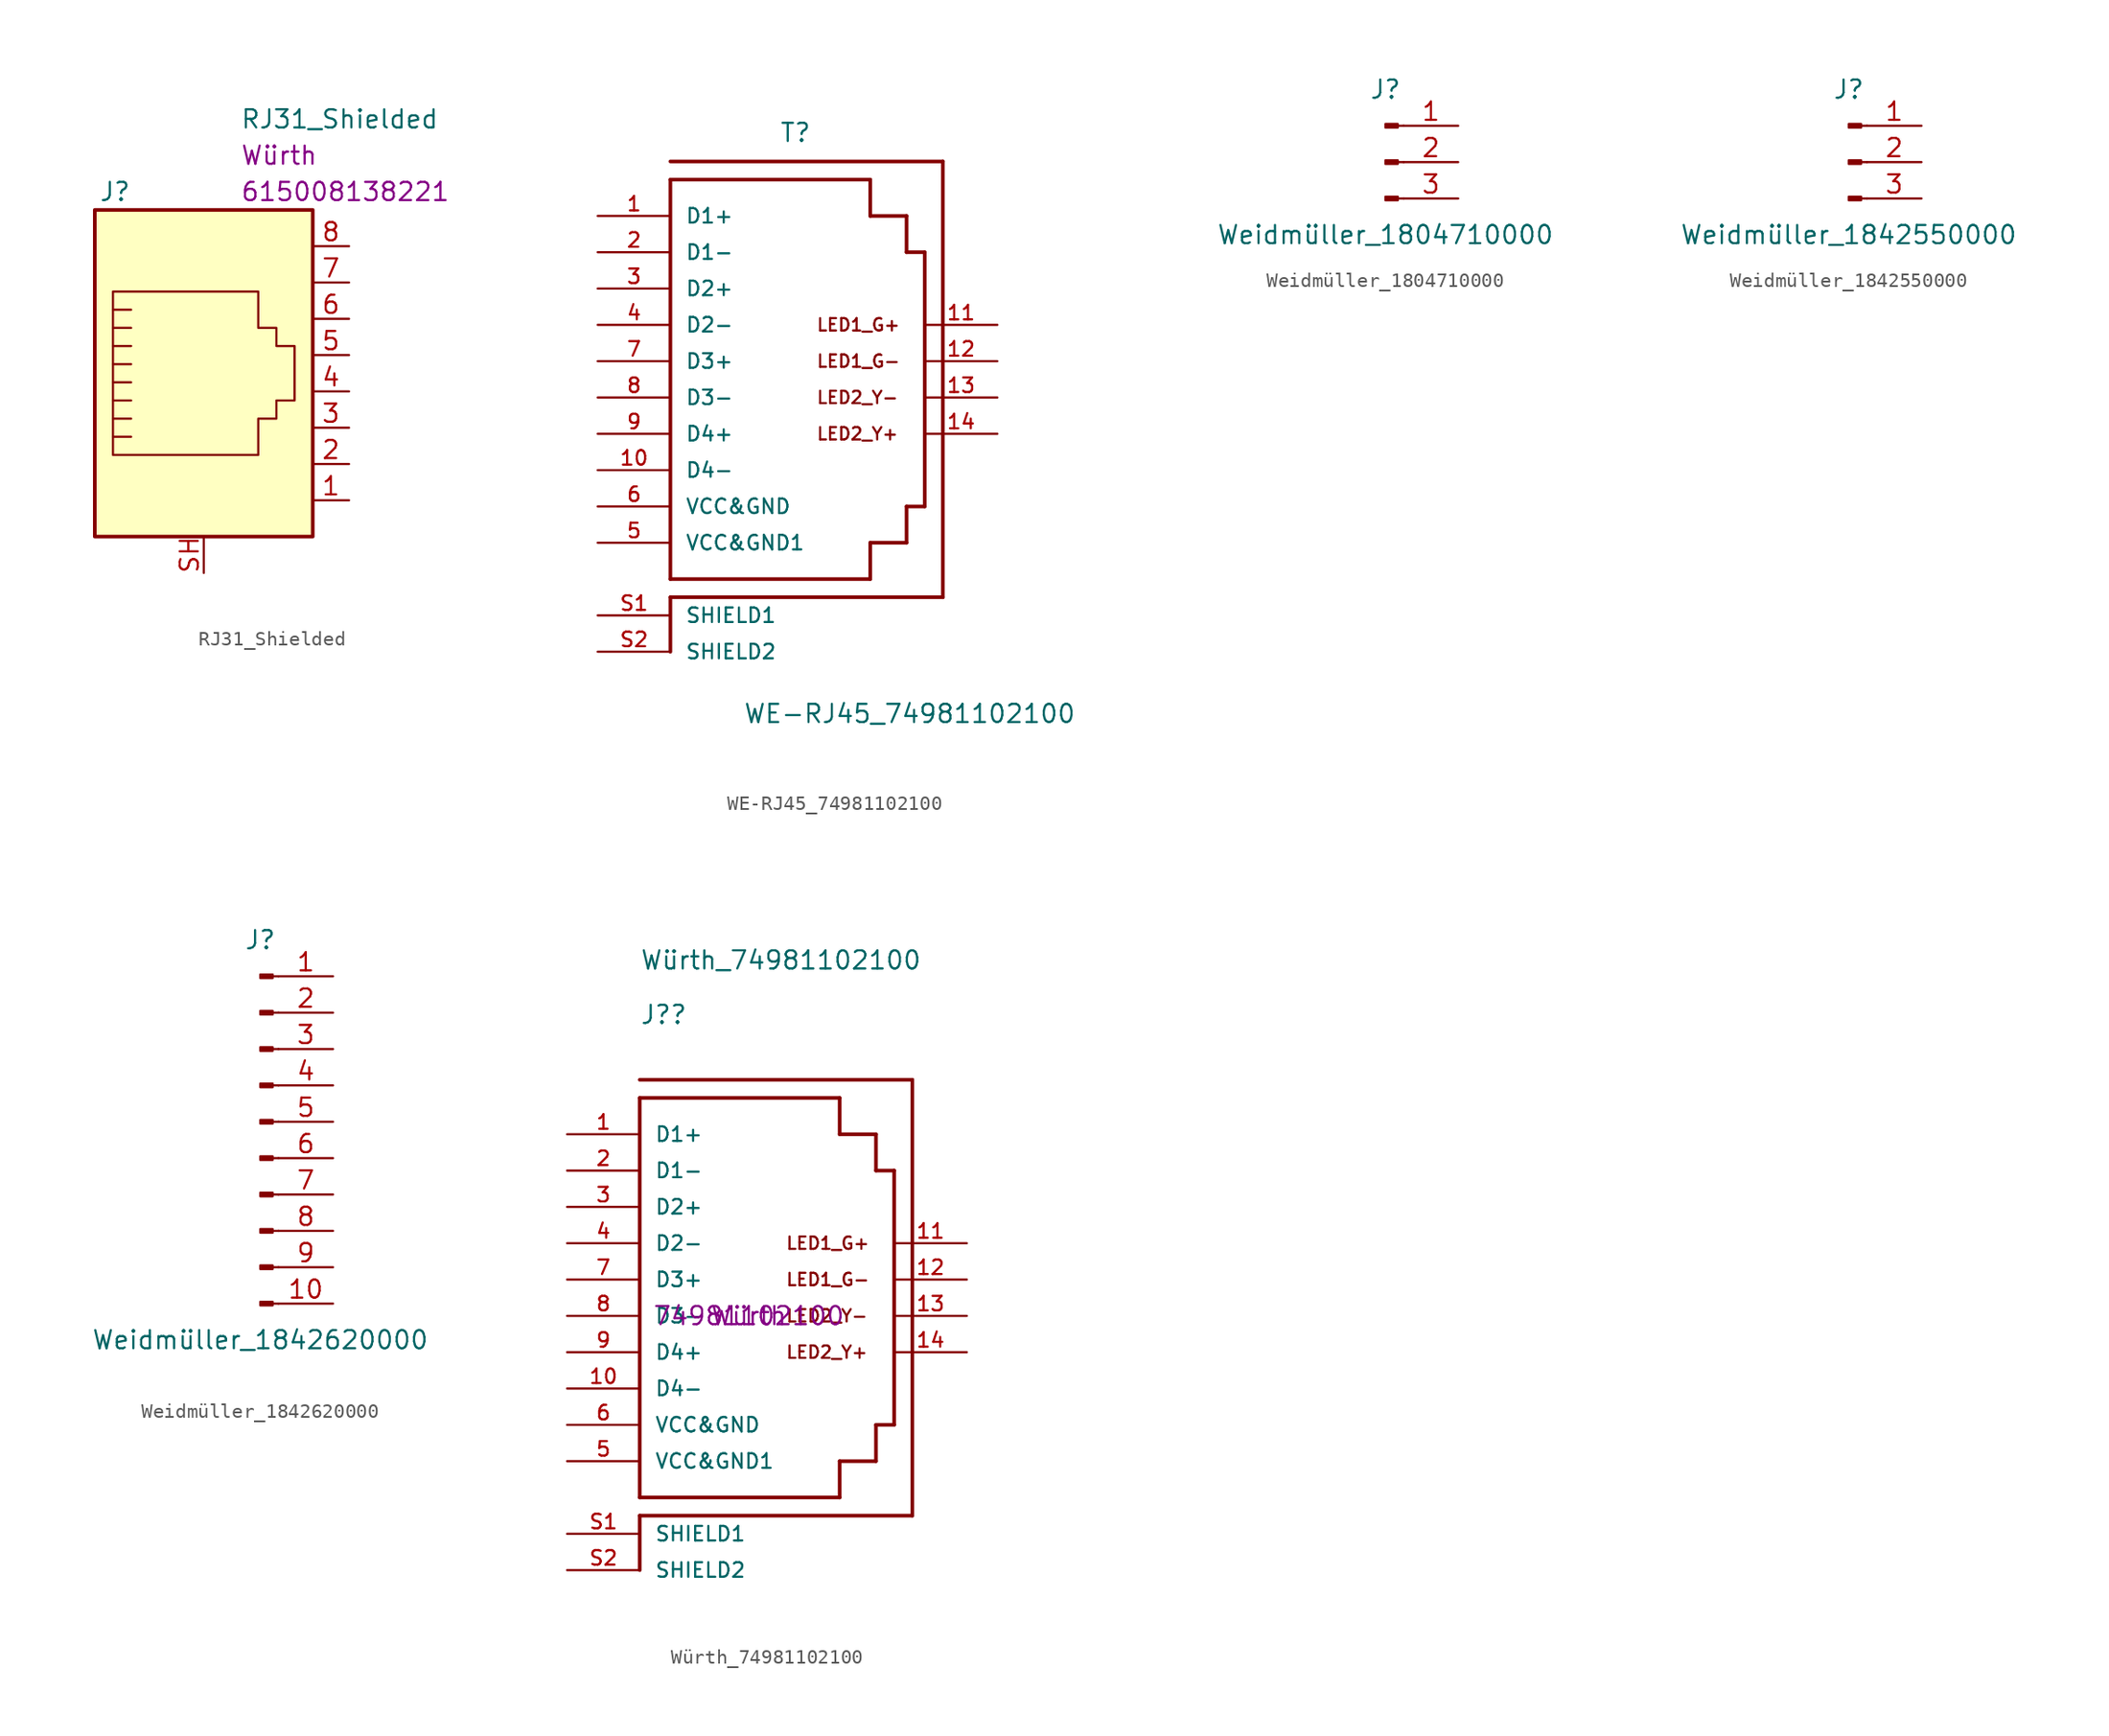
<source format=kicad_sym>
(kicad_symbol_lib
  (version 20210619)
  (generator kicad_symbol_editor)
  (symbol "RJ31_Shielded"
    (pin_names
      (offset 1.016))
    (property "Reference" "J"
      (at -5.08 13.97 0)
      (effects (font (size 1.27 1.27)) (justify right)))
    (property "Value" "RJ31_Shielded"
      (at 2.54 19.05 0)
      (effects (font (size 1.27 1.27)) (justify left)))
    (property "Manufacturer" "Würth"
      (at 2.54 16.51 0)
      (effects (font (size 1.27 1.27)) (justify left)))
    (property "Manufacturer Part Number" "615008138221"
      (at 2.54 13.97 0)
      (effects (font (size 1.27 1.27)) (justify left)))
    (symbol "RJ31_Shielded_0_1"
      (rectangle (start 7.62 12.7) (end -7.62 -10.16) (stroke (width 0.254)) (fill (type background)))
      (polyline (pts (xy -5.08 4.445) (xy -6.35 4.445)) (stroke (width 0)) (fill (type none)))
      (polyline (pts (xy -5.08 5.715) (xy -6.35 5.715)) (stroke (width 0)) (fill (type none)))
      (polyline (pts (xy -6.35 -3.175) (xy -5.08 -3.175) (xy -5.08 -3.175)) (stroke (width 0)) (fill (type none)))
      (polyline (pts (xy -6.35 -1.905) (xy -5.08 -1.905) (xy -5.08 -1.905)) (stroke (width 0)) (fill (type none)))
      (polyline (pts (xy -6.35 -0.635) (xy -5.08 -0.635) (xy -5.08 -0.635)) (stroke (width 0)) (fill (type none)))
      (polyline (pts (xy -6.35 0.635) (xy -5.08 0.635) (xy -5.08 0.635)) (stroke (width 0)) (fill (type none)))
      (polyline (pts (xy -6.35 1.905) (xy -5.08 1.905) (xy -5.08 1.905)) (stroke (width 0)) (fill (type none)))
      (polyline (pts (xy -5.08 3.175) (xy -6.35 3.175) (xy -6.35 3.175)) (stroke (width 0)) (fill (type none)))
      (polyline (pts (xy -6.35 -4.445) (xy -6.35 6.985) (xy 3.81 6.985) (xy 3.81 4.445) (xy 5.08 4.445) (xy 5.08 3.175) (xy 6.35 3.175) (xy 6.35 -0.635) (xy 5.08 -0.635) (xy 5.08 -1.905) (xy 3.81 -1.905) (xy 3.81 -4.445) (xy -6.35 -4.445) (xy -6.35 -4.445)) (stroke (width 0)) (fill (type none))))
    (symbol "RJ31_Shielded_1_1"
      (pin passive line (at 10.16 -7.62 180) (length 2.54) (name "~" (effects (font (size 1.27 1.27)))) (number "1" (effects (font (size 1.27 1.27)))))
      (pin passive line (at 10.16 -5.08 180) (length 2.54) (name "~" (effects (font (size 1.27 1.27)))) (number "2" (effects (font (size 1.27 1.27)))))
      (pin passive line (at 10.16 -2.54 180) (length 2.54) (name "~" (effects (font (size 1.27 1.27)))) (number "3" (effects (font (size 1.27 1.27)))))
      (pin passive line (at 10.16 0 180) (length 2.54) (name "~" (effects (font (size 1.27 1.27)))) (number "4" (effects (font (size 1.27 1.27)))))
      (pin passive line (at 10.16 2.54 180) (length 2.54) (name "~" (effects (font (size 1.27 1.27)))) (number "5" (effects (font (size 1.27 1.27)))))
      (pin passive line (at 10.16 5.08 180) (length 2.54) (name "~" (effects (font (size 1.27 1.27)))) (number "6" (effects (font (size 1.27 1.27)))))
      (pin passive line (at 10.16 7.62 180) (length 2.54) (name "~" (effects (font (size 1.27 1.27)))) (number "7" (effects (font (size 1.27 1.27)))))
      (pin passive line (at 10.16 10.16 180) (length 2.54) (name "~" (effects (font (size 1.27 1.27)))) (number "8" (effects (font (size 1.27 1.27)))))
      (pin passive line (at 0 -12.7 90) (length 2.54) (name "~" (effects (font (size 1.27 1.27)))) (number "SH" (effects (font (size 1.27 1.27)))))))
  (symbol "WE-RJ45_74981102100"
    (pin_names
      (offset 1.016))
    (property "Reference" "T"
      (at 0 17.78 0)
      (effects (font (size 1.27 1.27)) (justify left bottom)))
    (property "Value" "WE-RJ45_74981102100"
      (at -2.54 -22.86 0)
      (effects (font (size 1.27 1.27)) (justify left bottom)))
    (property "ki_locked" ""
      (at 0 0 0)
      (effects (font (size 1.27 1.27))))
    (symbol "WE-RJ45_74981102100_0_0"
      (text "LED1_G+" (at 2.54 5.08 0) (effects (font (size 0.864 0.864)) (justify left)))
      (text "LED1_G-" (at 2.54 2.54 0) (effects (font (size 0.864 0.864)) (justify left)))
      (text "LED2_Y+" (at 2.54 -2.54 0) (effects (font (size 0.864 0.864)) (justify left)))
      (text "LED2_Y-" (at 2.54 0 0) (effects (font (size 0.864 0.864)) (justify left)))
      (polyline (pts (xy -7.62 -13.97) (xy -7.62 -17.78)) (stroke (width 0.254)) (fill (type none)))
      (polyline (pts (xy -7.62 -12.7) (xy -7.62 15.24)) (stroke (width 0.254)) (fill (type none)))
      (polyline (pts (xy -7.62 15.24) (xy 6.35 15.24)) (stroke (width 0.254)) (fill (type none)))
      (polyline (pts (xy -7.62 16.51) (xy 11.43 16.51)) (stroke (width 0.254)) (fill (type none)))
      (polyline (pts (xy 6.35 -12.7) (xy -7.62 -12.7)) (stroke (width 0.254)) (fill (type none)))
      (polyline (pts (xy 6.35 -12.7) (xy 6.35 -10.16)) (stroke (width 0.254)) (fill (type none)))
      (polyline (pts (xy 6.35 -10.16) (xy 8.89 -10.16)) (stroke (width 0.254)) (fill (type none)))
      (polyline (pts (xy 6.35 12.7) (xy 8.89 12.7)) (stroke (width 0.254)) (fill (type none)))
      (polyline (pts (xy 6.35 15.24) (xy 6.35 12.7)) (stroke (width 0.254)) (fill (type none)))
      (polyline (pts (xy 8.89 -10.16) (xy 8.89 -7.62)) (stroke (width 0.254)) (fill (type none)))
      (polyline (pts (xy 8.89 -7.62) (xy 10.16 -7.62)) (stroke (width 0.254)) (fill (type none)))
      (polyline (pts (xy 8.89 10.16) (xy 10.16 10.16)) (stroke (width 0.254)) (fill (type none)))
      (polyline (pts (xy 8.89 12.7) (xy 8.89 10.16)) (stroke (width 0.254)) (fill (type none)))
      (polyline (pts (xy 10.16 10.16) (xy 10.16 -7.62)) (stroke (width 0.254)) (fill (type none)))
      (polyline (pts (xy 11.43 -13.97) (xy -7.62 -13.97)) (stroke (width 0.254)) (fill (type none)))
      (polyline (pts (xy 11.43 16.51) (xy 11.43 -13.97)) (stroke (width 0.254)) (fill (type none)))
      (pin passive line (at -12.7 12.7 0) (length 5.08) (name "D1+" (effects (font (size 1.016 1.016)))) (number "1" (effects (font (size 1.016 1.016)))))
      (pin passive line (at -12.7 -5.08 0) (length 5.08) (name "D4-" (effects (font (size 1.016 1.016)))) (number "10" (effects (font (size 1.016 1.016)))))
      (pin passive line (at 15.24 5.08 180) (length 5.08) (name "~" (effects (font (size 1.016 1.016)))) (number "11" (effects (font (size 1.016 1.016)))))
      (pin passive line (at 15.24 2.54 180) (length 5.08) (name "~" (effects (font (size 1.016 1.016)))) (number "12" (effects (font (size 1.016 1.016)))))
      (pin passive line (at 15.24 0 180) (length 5.08) (name "~" (effects (font (size 1.016 1.016)))) (number "13" (effects (font (size 1.016 1.016)))))
      (pin passive line (at 15.24 -2.54 180) (length 5.08) (name "~" (effects (font (size 1.016 1.016)))) (number "14" (effects (font (size 1.016 1.016)))))
      (pin passive line (at -12.7 10.16 0) (length 5.08) (name "D1-" (effects (font (size 1.016 1.016)))) (number "2" (effects (font (size 1.016 1.016)))))
      (pin passive line (at -12.7 7.62 0) (length 5.08) (name "D2+" (effects (font (size 1.016 1.016)))) (number "3" (effects (font (size 1.016 1.016)))))
      (pin passive line (at -12.7 5.08 0) (length 5.08) (name "D2-" (effects (font (size 1.016 1.016)))) (number "4" (effects (font (size 1.016 1.016)))))
      (pin passive line (at -12.7 -10.16 0) (length 5.08) (name "VCC&GND1" (effects (font (size 1.016 1.016)))) (number "5" (effects (font (size 1.016 1.016)))))
      (pin passive line (at -12.7 -7.62 0) (length 5.08) (name "VCC&GND" (effects (font (size 1.016 1.016)))) (number "6" (effects (font (size 1.016 1.016)))))
      (pin passive line (at -12.7 2.54 0) (length 5.08) (name "D3+" (effects (font (size 1.016 1.016)))) (number "7" (effects (font (size 1.016 1.016)))))
      (pin passive line (at -12.7 0 0) (length 5.08) (name "D3-" (effects (font (size 1.016 1.016)))) (number "8" (effects (font (size 1.016 1.016)))))
      (pin passive line (at -12.7 -2.54 0) (length 5.08) (name "D4+" (effects (font (size 1.016 1.016)))) (number "9" (effects (font (size 1.016 1.016)))))
      (pin passive line (at -12.7 -15.24 0) (length 5.08) (name "SHIELD1" (effects (font (size 1.016 1.016)))) (number "S1" (effects (font (size 1.016 1.016)))))
      (pin passive line (at -12.7 -17.78 0) (length 5.08) (name "SHIELD2" (effects (font (size 1.016 1.016)))) (number "S2" (effects (font (size 1.016 1.016)))))))
  (symbol "Weidmüller_1804710000"
    (pin_names
      (offset 1.016) hide)
    (property "Reference" "J"
      (at 0 5.08 0)
      (effects (font (size 1.27 1.27))))
    (property "Value" "Weidmüller_1804710000"
      (at 0 -5.08 0)
      (effects (font (size 1.27 1.27))))
    (symbol "Weidmüller_1804710000_1_1"
      (rectangle (start 0.864 -2.413) (end 0 -2.667) (stroke (width 0.152)) (fill (type outline)))
      (rectangle (start 0.864 0.127) (end 0 -0.127) (stroke (width 0.152)) (fill (type outline)))
      (rectangle (start 0.864 2.667) (end 0 2.413) (stroke (width 0.152)) (fill (type outline)))
      (polyline (pts (xy 1.27 -2.54) (xy 0.864 -2.54)) (stroke (width 0.152)) (fill (type none)))
      (polyline (pts (xy 1.27 0) (xy 0.864 0)) (stroke (width 0.152)) (fill (type none)))
      (polyline (pts (xy 1.27 2.54) (xy 0.864 2.54)) (stroke (width 0.152)) (fill (type none)))
      (pin passive line (at 5.08 2.54 180) (length 3.81) (name "Pin_1" (effects (font (size 1.27 1.27)))) (number "1" (effects (font (size 1.27 1.27)))))
      (pin passive line (at 5.08 0 180) (length 3.81) (name "Pin_2" (effects (font (size 1.27 1.27)))) (number "2" (effects (font (size 1.27 1.27)))))
      (pin passive line (at 5.08 -2.54 180) (length 3.81) (name "Pin_3" (effects (font (size 1.27 1.27)))) (number "3" (effects (font (size 1.27 1.27)))))))
  (symbol "Weidmüller_1842550000"
    (pin_names
      (offset 1.016) hide)
    (property "Reference" "J"
      (at 0 5.08 0)
      (effects (font (size 1.27 1.27))))
    (property "Value" "Weidmüller_1842550000"
      (at 0 -5.08 0)
      (effects (font (size 1.27 1.27))))
    (symbol "Weidmüller_1842550000_1_1"
      (rectangle (start 0.864 -2.413) (end 0 -2.667) (stroke (width 0.152)) (fill (type outline)))
      (rectangle (start 0.864 0.127) (end 0 -0.127) (stroke (width 0.152)) (fill (type outline)))
      (rectangle (start 0.864 2.667) (end 0 2.413) (stroke (width 0.152)) (fill (type outline)))
      (polyline (pts (xy 1.27 -2.54) (xy 0.864 -2.54)) (stroke (width 0.152)) (fill (type none)))
      (polyline (pts (xy 1.27 0) (xy 0.864 0)) (stroke (width 0.152)) (fill (type none)))
      (polyline (pts (xy 1.27 2.54) (xy 0.864 2.54)) (stroke (width 0.152)) (fill (type none)))
      (pin passive line (at 5.08 2.54 180) (length 3.81) (name "Pin_1" (effects (font (size 1.27 1.27)))) (number "1" (effects (font (size 1.27 1.27)))))
      (pin passive line (at 5.08 0 180) (length 3.81) (name "Pin_2" (effects (font (size 1.27 1.27)))) (number "2" (effects (font (size 1.27 1.27)))))
      (pin passive line (at 5.08 -2.54 180) (length 3.81) (name "Pin_3" (effects (font (size 1.27 1.27)))) (number "3" (effects (font (size 1.27 1.27)))))))
  (symbol "Weidmüller_1842620000"
    (pin_names
      (offset 1.016) hide)
    (property "Reference" "J"
      (at 0 12.7 0)
      (effects (font (size 1.27 1.27))))
    (property "Value" "Weidmüller_1842620000"
      (at 0 -15.24 0)
      (effects (font (size 1.27 1.27))))
    (symbol "Weidmüller_1842620000_1_1"
      (rectangle (start 0.864 -12.573) (end 0 -12.827) (stroke (width 0.152)) (fill (type outline)))
      (rectangle (start 0.864 -10.033) (end 0 -10.287) (stroke (width 0.152)) (fill (type outline)))
      (rectangle (start 0.864 -7.493) (end 0 -7.747) (stroke (width 0.152)) (fill (type outline)))
      (rectangle (start 0.864 -4.953) (end 0 -5.207) (stroke (width 0.152)) (fill (type outline)))
      (rectangle (start 0.864 -2.413) (end 0 -2.667) (stroke (width 0.152)) (fill (type outline)))
      (rectangle (start 0.864 0.127) (end 0 -0.127) (stroke (width 0.152)) (fill (type outline)))
      (rectangle (start 0.864 2.667) (end 0 2.413) (stroke (width 0.152)) (fill (type outline)))
      (rectangle (start 0.864 5.207) (end 0 4.953) (stroke (width 0.152)) (fill (type outline)))
      (rectangle (start 0.864 7.747) (end 0 7.493) (stroke (width 0.152)) (fill (type outline)))
      (rectangle (start 0.864 10.287) (end 0 10.033) (stroke (width 0.152)) (fill (type outline)))
      (polyline (pts (xy 1.27 -12.7) (xy 0.864 -12.7)) (stroke (width 0.152)) (fill (type none)))
      (polyline (pts (xy 1.27 -10.16) (xy 0.864 -10.16)) (stroke (width 0.152)) (fill (type none)))
      (polyline (pts (xy 1.27 -7.62) (xy 0.864 -7.62)) (stroke (width 0.152)) (fill (type none)))
      (polyline (pts (xy 1.27 -5.08) (xy 0.864 -5.08)) (stroke (width 0.152)) (fill (type none)))
      (polyline (pts (xy 1.27 -2.54) (xy 0.864 -2.54)) (stroke (width 0.152)) (fill (type none)))
      (polyline (pts (xy 1.27 0) (xy 0.864 0)) (stroke (width 0.152)) (fill (type none)))
      (polyline (pts (xy 1.27 2.54) (xy 0.864 2.54)) (stroke (width 0.152)) (fill (type none)))
      (polyline (pts (xy 1.27 5.08) (xy 0.864 5.08)) (stroke (width 0.152)) (fill (type none)))
      (polyline (pts (xy 1.27 7.62) (xy 0.864 7.62)) (stroke (width 0.152)) (fill (type none)))
      (polyline (pts (xy 1.27 10.16) (xy 0.864 10.16)) (stroke (width 0.152)) (fill (type none)))
      (pin passive line (at 5.08 10.16 180) (length 3.81) (name "Pin_1" (effects (font (size 1.27 1.27)))) (number "1" (effects (font (size 1.27 1.27)))))
      (pin passive line (at 5.08 -12.7 180) (length 3.81) (name "Pin_10" (effects (font (size 1.27 1.27)))) (number "10" (effects (font (size 1.27 1.27)))))
      (pin passive line (at 5.08 7.62 180) (length 3.81) (name "Pin_2" (effects (font (size 1.27 1.27)))) (number "2" (effects (font (size 1.27 1.27)))))
      (pin passive line (at 5.08 5.08 180) (length 3.81) (name "Pin_3" (effects (font (size 1.27 1.27)))) (number "3" (effects (font (size 1.27 1.27)))))
      (pin passive line (at 5.08 2.54 180) (length 3.81) (name "Pin_4" (effects (font (size 1.27 1.27)))) (number "4" (effects (font (size 1.27 1.27)))))
      (pin passive line (at 5.08 0 180) (length 3.81) (name "Pin_5" (effects (font (size 1.27 1.27)))) (number "5" (effects (font (size 1.27 1.27)))))
      (pin passive line (at 5.08 -2.54 180) (length 3.81) (name "Pin_6" (effects (font (size 1.27 1.27)))) (number "6" (effects (font (size 1.27 1.27)))))
      (pin passive line (at 5.08 -5.08 180) (length 3.81) (name "Pin_7" (effects (font (size 1.27 1.27)))) (number "7" (effects (font (size 1.27 1.27)))))
      (pin passive line (at 5.08 -7.62 180) (length 3.81) (name "Pin_8" (effects (font (size 1.27 1.27)))) (number "8" (effects (font (size 1.27 1.27)))))
      (pin passive line (at 5.08 -10.16 180) (length 3.81) (name "Pin_9" (effects (font (size 1.27 1.27)))) (number "9" (effects (font (size 1.27 1.27)))))))
  (symbol "Würth_74981102100"
    (pin_names
      (offset 1.016))
    (property "Reference" "J?"
      (at -7.62 20.32 0)
      (effects (font (size 1.27 1.27)) (justify left bottom)))
    (property "Value" "Würth_74981102100"
      (at -7.62 24.13 0)
      (effects (font (size 1.27 1.27)) (justify left bottom)))
    (property "Manufacturer" "Würth"
      (at 0 0 0)
      (effects (font (size 1.27 1.27))))
    (property "Manufacturer Model Number" "74981102100"
      (at 0 0 0)
      (effects (font (size 1.27 1.27))))
    (symbol "Würth_74981102100_0_0"
      (text "LED1_G+" (at 2.54 5.08 0) (effects (font (size 0.864 0.864)) (justify left)))
      (text "LED1_G-" (at 2.54 2.54 0) (effects (font (size 0.864 0.864)) (justify left)))
      (text "LED2_Y+" (at 2.54 -2.54 0) (effects (font (size 0.864 0.864)) (justify left)))
      (text "LED2_Y-" (at 2.54 0 0) (effects (font (size 0.864 0.864)) (justify left)))
      (polyline (pts (xy -7.62 -13.97) (xy -7.62 -17.78)) (stroke (width 0.254)) (fill (type none)))
      (polyline (pts (xy -7.62 -12.7) (xy -7.62 15.24)) (stroke (width 0.254)) (fill (type none)))
      (polyline (pts (xy -7.62 15.24) (xy 6.35 15.24)) (stroke (width 0.254)) (fill (type none)))
      (polyline (pts (xy -7.62 16.51) (xy 11.43 16.51)) (stroke (width 0.254)) (fill (type none)))
      (polyline (pts (xy 6.35 -12.7) (xy -7.62 -12.7)) (stroke (width 0.254)) (fill (type none)))
      (polyline (pts (xy 6.35 -12.7) (xy 6.35 -10.16)) (stroke (width 0.254)) (fill (type none)))
      (polyline (pts (xy 6.35 -10.16) (xy 8.89 -10.16)) (stroke (width 0.254)) (fill (type none)))
      (polyline (pts (xy 6.35 12.7) (xy 8.89 12.7)) (stroke (width 0.254)) (fill (type none)))
      (polyline (pts (xy 6.35 15.24) (xy 6.35 12.7)) (stroke (width 0.254)) (fill (type none)))
      (polyline (pts (xy 8.89 -10.16) (xy 8.89 -7.62)) (stroke (width 0.254)) (fill (type none)))
      (polyline (pts (xy 8.89 -7.62) (xy 10.16 -7.62)) (stroke (width 0.254)) (fill (type none)))
      (polyline (pts (xy 8.89 10.16) (xy 10.16 10.16)) (stroke (width 0.254)) (fill (type none)))
      (polyline (pts (xy 8.89 12.7) (xy 8.89 10.16)) (stroke (width 0.254)) (fill (type none)))
      (polyline (pts (xy 10.16 10.16) (xy 10.16 -7.62)) (stroke (width 0.254)) (fill (type none)))
      (polyline (pts (xy 11.43 -13.97) (xy -7.62 -13.97)) (stroke (width 0.254)) (fill (type none)))
      (polyline (pts (xy 11.43 16.51) (xy 11.43 -13.97)) (stroke (width 0.254)) (fill (type none)))
      (pin passive line (at -12.7 12.7 0) (length 5.08) (name "D1+" (effects (font (size 1.016 1.016)))) (number "1" (effects (font (size 1.016 1.016)))))
      (pin passive line (at -12.7 -5.08 0) (length 5.08) (name "D4-" (effects (font (size 1.016 1.016)))) (number "10" (effects (font (size 1.016 1.016)))))
      (pin passive line (at 15.24 5.08 180) (length 5.08) (name "~" (effects (font (size 1.016 1.016)))) (number "11" (effects (font (size 1.016 1.016)))))
      (pin passive line (at 15.24 2.54 180) (length 5.08) (name "~" (effects (font (size 1.016 1.016)))) (number "12" (effects (font (size 1.016 1.016)))))
      (pin passive line (at 15.24 0 180) (length 5.08) (name "~" (effects (font (size 1.016 1.016)))) (number "13" (effects (font (size 1.016 1.016)))))
      (pin passive line (at 15.24 -2.54 180) (length 5.08) (name "~" (effects (font (size 1.016 1.016)))) (number "14" (effects (font (size 1.016 1.016)))))
      (pin passive line (at -12.7 10.16 0) (length 5.08) (name "D1-" (effects (font (size 1.016 1.016)))) (number "2" (effects (font (size 1.016 1.016)))))
      (pin passive line (at -12.7 7.62 0) (length 5.08) (name "D2+" (effects (font (size 1.016 1.016)))) (number "3" (effects (font (size 1.016 1.016)))))
      (pin passive line (at -12.7 5.08 0) (length 5.08) (name "D2-" (effects (font (size 1.016 1.016)))) (number "4" (effects (font (size 1.016 1.016)))))
      (pin passive line (at -12.7 -10.16 0) (length 5.08) (name "VCC&GND1" (effects (font (size 1.016 1.016)))) (number "5" (effects (font (size 1.016 1.016)))))
      (pin passive line (at -12.7 -7.62 0) (length 5.08) (name "VCC&GND" (effects (font (size 1.016 1.016)))) (number "6" (effects (font (size 1.016 1.016)))))
      (pin passive line (at -12.7 2.54 0) (length 5.08) (name "D3+" (effects (font (size 1.016 1.016)))) (number "7" (effects (font (size 1.016 1.016)))))
      (pin passive line (at -12.7 0 0) (length 5.08) (name "D3-" (effects (font (size 1.016 1.016)))) (number "8" (effects (font (size 1.016 1.016)))))
      (pin passive line (at -12.7 -2.54 0) (length 5.08) (name "D4+" (effects (font (size 1.016 1.016)))) (number "9" (effects (font (size 1.016 1.016)))))
      (pin passive line (at -12.7 -15.24 0) (length 5.08) (name "SHIELD1" (effects (font (size 1.016 1.016)))) (number "S1" (effects (font (size 1.016 1.016)))))
      (pin passive line (at -12.7 -17.78 0) (length 5.08) (name "SHIELD2" (effects (font (size 1.016 1.016)))) (number "S2" (effects (font (size 1.016 1.016))))))))
</source>
